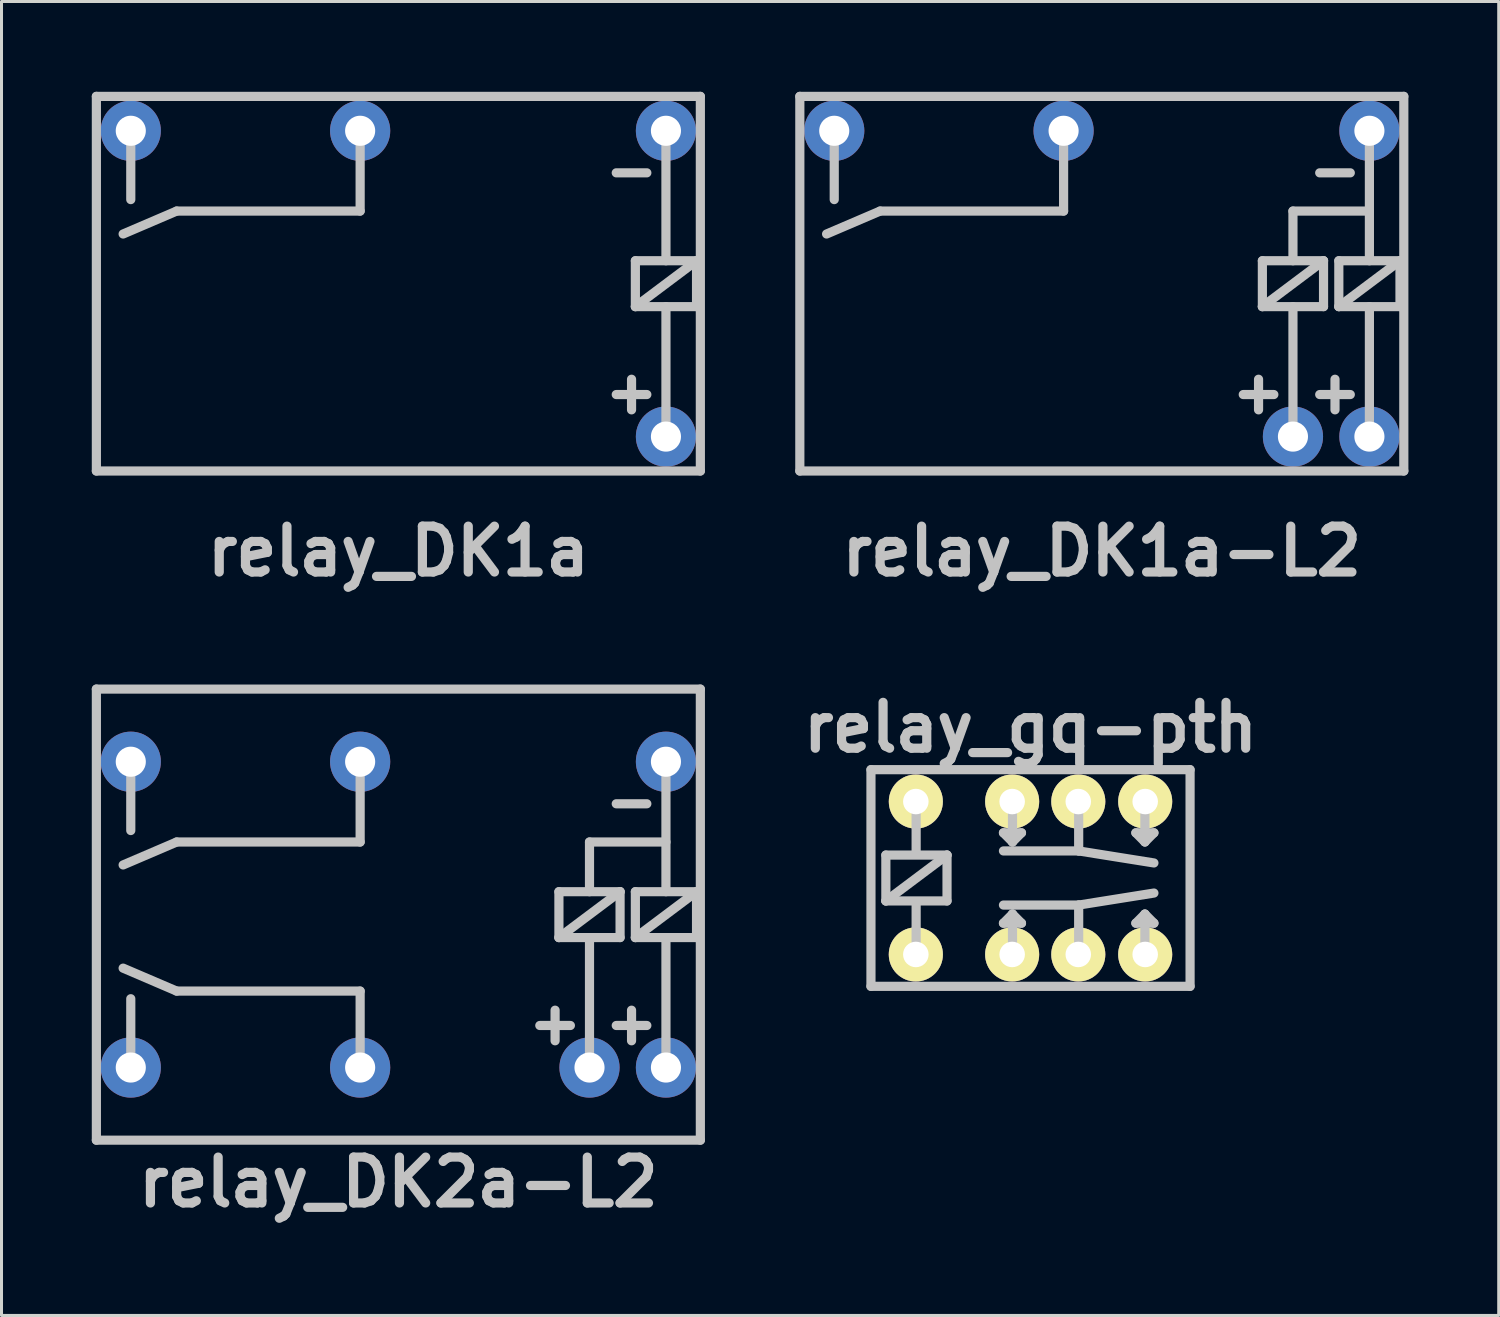
<source format=kicad_pcb>
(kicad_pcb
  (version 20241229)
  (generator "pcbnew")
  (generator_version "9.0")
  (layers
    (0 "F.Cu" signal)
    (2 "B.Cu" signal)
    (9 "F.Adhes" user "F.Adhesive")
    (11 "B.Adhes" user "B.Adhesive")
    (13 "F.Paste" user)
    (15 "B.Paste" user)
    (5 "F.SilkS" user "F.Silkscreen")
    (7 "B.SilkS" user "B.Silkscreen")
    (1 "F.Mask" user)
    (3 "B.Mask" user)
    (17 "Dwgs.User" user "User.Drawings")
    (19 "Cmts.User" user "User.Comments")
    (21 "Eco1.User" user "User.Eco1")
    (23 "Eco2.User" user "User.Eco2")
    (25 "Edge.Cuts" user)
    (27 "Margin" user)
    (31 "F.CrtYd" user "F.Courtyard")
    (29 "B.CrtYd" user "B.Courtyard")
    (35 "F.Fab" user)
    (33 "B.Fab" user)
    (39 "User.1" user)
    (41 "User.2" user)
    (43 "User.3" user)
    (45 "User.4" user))
  (footprint "relay_DK1a-L2"
    (layer "F.Cu")
    (at 33.556 6.375)
    (property "Reference" "relay_DK1a-L2" (at 0 8.89 0) (layer "Dwgs.User") (effects (font (size 1.524 1.524) (thickness 0.305))))
    (attr through_hole)
    (fp_line (start -10.033 6.223) (end -10.033 -6.223) (stroke (width 0.305) (type solid)) (layer "Dwgs.User"))
    (fp_line (start -10.033 6.223) (end 10.033 6.223) (stroke (width 0.305) (type solid)) (layer "Dwgs.User"))
    (fp_line (start -8.89 -5.08) (end -8.89 -2.794) (stroke (width 0.305) (type solid)) (layer "Dwgs.User"))
    (fp_line (start -7.366 -2.413) (end -9.144 -1.651) (stroke (width 0.305) (type solid)) (layer "Dwgs.User"))
    (fp_line (start -1.27 -4.953) (end -1.27 -2.413) (stroke (width 0.305) (type solid)) (layer "Dwgs.User"))
    (fp_line (start -1.27 -2.413) (end -7.366 -2.413) (stroke (width 0.305) (type solid)) (layer "Dwgs.User"))
    (fp_line (start 4.699 3.683) (end 5.715 3.683) (stroke (width 0.305) (type solid)) (layer "Dwgs.User"))
    (fp_line (start 5.207 3.175) (end 5.207 4.191) (stroke (width 0.305) (type solid)) (layer "Dwgs.User"))
    (fp_line (start 5.334 -0.762) (end 7.366 -0.762) (stroke (width 0.305) (type solid)) (layer "Dwgs.User"))
    (fp_line (start 5.334 0.762) (end 5.334 -0.762) (stroke (width 0.305) (type solid)) (layer "Dwgs.User"))
    (fp_line (start 6.35 -2.413) (end 8.89 -2.413) (stroke (width 0.305) (type solid)) (layer "Dwgs.User"))
    (fp_line (start 6.35 -0.762) (end 6.35 -2.413) (stroke (width 0.305) (type solid)) (layer "Dwgs.User"))
    (fp_line (start 6.35 5.08) (end 6.35 0.762) (stroke (width 0.305) (type solid)) (layer "Dwgs.User"))
    (fp_line (start 7.239 -3.683) (end 8.255 -3.683) (stroke (width 0.305) (type solid)) (layer "Dwgs.User"))
    (fp_line (start 7.239 3.683) (end 8.255 3.683) (stroke (width 0.305) (type solid)) (layer "Dwgs.User"))
    (fp_line (start 7.366 -0.762) (end 5.334 0.762) (stroke (width 0.305) (type solid)) (layer "Dwgs.User"))
    (fp_line (start 7.366 -0.762) (end 7.366 0.762) (stroke (width 0.305) (type solid)) (layer "Dwgs.User"))
    (fp_line (start 7.366 0.762) (end 5.334 0.762) (stroke (width 0.305) (type solid)) (layer "Dwgs.User"))
    (fp_line (start 7.747 3.175) (end 7.747 4.191) (stroke (width 0.305) (type solid)) (layer "Dwgs.User"))
    (fp_line (start 7.874 -0.762) (end 9.906 -0.762) (stroke (width 0.305) (type solid)) (layer "Dwgs.User"))
    (fp_line (start 7.874 0.762) (end 7.874 -0.762) (stroke (width 0.305) (type solid)) (layer "Dwgs.User"))
    (fp_line (start 8.89 -0.762) (end 8.89 -5.08) (stroke (width 0.305) (type solid)) (layer "Dwgs.User"))
    (fp_line (start 8.89 5.08) (end 8.89 0.762) (stroke (width 0.305) (type solid)) (layer "Dwgs.User"))
    (fp_line (start 9.906 -0.762) (end 7.874 0.762) (stroke (width 0.305) (type solid)) (layer "Dwgs.User"))
    (fp_line (start 9.906 -0.762) (end 9.906 0.762) (stroke (width 0.305) (type solid)) (layer "Dwgs.User"))
    (fp_line (start 9.906 0.762) (end 7.874 0.762) (stroke (width 0.305) (type solid)) (layer "Dwgs.User"))
    (fp_line (start 10.033 -6.223) (end -10.033 -6.223) (stroke (width 0.305) (type solid)) (layer "Dwgs.User"))
    (fp_line (start 10.033 -6.223) (end 10.033 6.223) (stroke (width 0.305) (type solid)) (layer "Dwgs.User"))
    (pad "1" thru_hole circle (at 8.89 -5.08 180) (size 2 2) (drill 1) (layers "*.Cu" "*.Mask"))
    (pad "3" thru_hole circle (at -1.27 -5.08 180) (size 2 2) (drill 1) (layers "*.Cu" "*.Mask"))
    (pad "4" thru_hole circle (at -8.89 -5.08 180) (size 2 2) (drill 1) (layers "*.Cu" "*.Mask"))
    (pad "5" thru_hole circle (at 6.35 5.08 180) (size 2 2) (drill 1) (layers "*.Cu" "*.Mask"))
    (pad "6" thru_hole circle (at 8.89 5.08 180) (size 2 2) (drill 1) (layers "*.Cu" "*.Mask")))
  (footprint "relay_gq-pth"
    (layer "F.Cu")
    (at 31.187 26.12)
    (property "Reference" "relay_gq-pth" (at 0 -5.001 0) (layer "Dwgs.User") (effects (font (size 1.524 1.524) (thickness 0.305))))
    (attr through_hole)
    (fp_line (start -5.301 -3.599) (end 5.301 -3.599) (stroke (width 0.305) (type solid)) (layer "Dwgs.User"))
    (fp_line (start -5.301 3.599) (end -5.301 -3.599) (stroke (width 0.305) (type solid)) (layer "Dwgs.User"))
    (fp_line (start -4.806 -0.762) (end -2.774 -0.762) (stroke (width 0.305) (type solid)) (layer "Dwgs.User"))
    (fp_line (start -4.806 0.762) (end -4.806 -0.762) (stroke (width 0.305) (type solid)) (layer "Dwgs.User"))
    (fp_line (start -4.806 0.762) (end -2.774 -0.762) (stroke (width 0.305) (type solid)) (layer "Dwgs.User"))
    (fp_line (start -3.8 -2.601) (end -3.8 -0.8) (stroke (width 0.305) (type solid)) (layer "Dwgs.User"))
    (fp_line (start -3.8 2.499) (end -3.8 0.8) (stroke (width 0.305) (type solid)) (layer "Dwgs.User"))
    (fp_line (start -2.774 -0.762) (end -2.774 0.762) (stroke (width 0.305) (type solid)) (layer "Dwgs.User"))
    (fp_line (start -2.774 0.762) (end -4.806 0.762) (stroke (width 0.305) (type solid)) (layer "Dwgs.User"))
    (fp_line (start -0.899 0.899) (end 1.6 0.899) (stroke (width 0.305) (type solid)) (layer "Dwgs.User"))
    (fp_line (start -0.899 1.501) (end -0.3 1.501) (stroke (width 0.305) (type solid)) (layer "Dwgs.User"))
    (fp_line (start -0.599 -2.499) (end -0.599 -1.199) (stroke (width 0.305) (type solid)) (layer "Dwgs.User"))
    (fp_line (start -0.599 -1.199) (end -0.899 -1.501) (stroke (width 0.305) (type solid)) (layer "Dwgs.User"))
    (fp_line (start -0.599 -1.199) (end -0.3 -1.501) (stroke (width 0.305) (type solid)) (layer "Dwgs.User"))
    (fp_line (start -0.599 1.199) (end -0.899 1.501) (stroke (width 0.305) (type solid)) (layer "Dwgs.User"))
    (fp_line (start -0.599 2.499) (end -0.599 1.199) (stroke (width 0.305) (type solid)) (layer "Dwgs.User"))
    (fp_line (start -0.3 -1.501) (end -0.899 -1.501) (stroke (width 0.305) (type solid)) (layer "Dwgs.User"))
    (fp_line (start -0.3 1.501) (end -0.599 1.199) (stroke (width 0.305) (type solid)) (layer "Dwgs.User"))
    (fp_line (start 1.6 -2.499) (end 1.6 -0.899) (stroke (width 0.305) (type solid)) (layer "Dwgs.User"))
    (fp_line (start 1.6 -0.899) (end -0.899 -0.899) (stroke (width 0.305) (type solid)) (layer "Dwgs.User"))
    (fp_line (start 1.6 -0.899) (end 4.1 -0.5) (stroke (width 0.305) (type solid)) (layer "Dwgs.User"))
    (fp_line (start 1.6 0.899) (end 1.6 2.499) (stroke (width 0.305) (type solid)) (layer "Dwgs.User"))
    (fp_line (start 1.6 0.899) (end 4.1 0.5) (stroke (width 0.305) (type solid)) (layer "Dwgs.User"))
    (fp_line (start 3.5 1.501) (end 4.1 1.501) (stroke (width 0.305) (type solid)) (layer "Dwgs.User"))
    (fp_line (start 3.8 -2.499) (end 3.8 -1.199) (stroke (width 0.305) (type solid)) (layer "Dwgs.User"))
    (fp_line (start 3.8 -1.199) (end 3.5 -1.501) (stroke (width 0.305) (type solid)) (layer "Dwgs.User"))
    (fp_line (start 3.8 -1.199) (end 4.1 -1.501) (stroke (width 0.305) (type solid)) (layer "Dwgs.User"))
    (fp_line (start 3.8 1.199) (end 3.5 1.501) (stroke (width 0.305) (type solid)) (layer "Dwgs.User"))
    (fp_line (start 3.8 2.499) (end 3.8 1.199) (stroke (width 0.305) (type solid)) (layer "Dwgs.User"))
    (fp_line (start 4.1 -1.501) (end 3.5 -1.501) (stroke (width 0.305) (type solid)) (layer "Dwgs.User"))
    (fp_line (start 4.1 1.501) (end 3.8 1.199) (stroke (width 0.305) (type solid)) (layer "Dwgs.User"))
    (fp_line (start 5.301 -3.599) (end 5.301 3.599) (stroke (width 0.305) (type solid)) (layer "Dwgs.User"))
    (fp_line (start 5.301 3.599) (end -5.301 3.599) (stroke (width 0.305) (type solid)) (layer "Dwgs.User"))
    (pad "1" thru_hole circle (at -3.81 2.54) (size 1.798 1.798) (drill 0.848) (layers "*.Cu" "*.Mask" "F.SilkS"))
    (pad "2" thru_hole circle (at -0.61 2.54) (size 1.796 1.796) (drill 0.848) (layers "*.Cu" "*.Mask" "F.SilkS"))
    (pad "3" thru_hole circle (at 1.587 2.54) (size 1.796 1.796) (drill 0.848) (layers "*.Cu" "*.Mask" "F.SilkS"))
    (pad "4" thru_hole circle (at 3.81 2.54) (size 1.796 1.796) (drill 0.848) (layers "*.Cu" "*.Mask" "F.SilkS"))
    (pad "5" thru_hole circle (at 3.81 -2.54) (size 1.796 1.796) (drill 0.848) (layers "*.Cu" "*.Mask" "F.SilkS"))
    (pad "6" thru_hole circle (at 1.587 -2.54) (size 1.796 1.796) (drill 0.848) (layers "*.Cu" "*.Mask" "F.SilkS"))
    (pad "7" thru_hole circle (at -0.61 -2.54) (size 1.796 1.796) (drill 0.848) (layers "*.Cu" "*.Mask" "F.SilkS"))
    (pad "8" thru_hole circle (at -3.81 -2.54) (size 1.796 1.796) (drill 0.848) (layers "*.Cu" "*.Mask" "F.SilkS")))
  (footprint "relay_DK2a-L2"
    (layer "F.Cu")
    (at 10.185 27.337)
    (property "Reference" "relay_DK2a-L2" (at 0 8.89 0) (layer "Dwgs.User") (effects (font (size 1.524 1.524) (thickness 0.305))))
    (attr through_hole)
    (fp_line (start -10.033 -7.493) (end -10.033 7.493) (stroke (width 0.305) (type solid)) (layer "Dwgs.User"))
    (fp_line (start -10.033 7.493) (end 10.033 7.493) (stroke (width 0.305) (type solid)) (layer "Dwgs.User"))
    (fp_line (start -8.89 -5.08) (end -8.89 -2.794) (stroke (width 0.305) (type solid)) (layer "Dwgs.User"))
    (fp_line (start -8.89 2.794) (end -8.89 5.08) (stroke (width 0.305) (type solid)) (layer "Dwgs.User"))
    (fp_line (start -7.366 -2.413) (end -9.144 -1.651) (stroke (width 0.305) (type solid)) (layer "Dwgs.User"))
    (fp_line (start -7.366 2.54) (end -9.144 1.778) (stroke (width 0.305) (type solid)) (layer "Dwgs.User"))
    (fp_line (start -1.27 -4.953) (end -1.27 -2.413) (stroke (width 0.305) (type solid)) (layer "Dwgs.User"))
    (fp_line (start -1.27 -2.413) (end -7.366 -2.413) (stroke (width 0.305) (type solid)) (layer "Dwgs.User"))
    (fp_line (start -1.27 2.54) (end -7.366 2.54) (stroke (width 0.305) (type solid)) (layer "Dwgs.User"))
    (fp_line (start -1.27 2.54) (end -1.27 5.08) (stroke (width 0.305) (type solid)) (layer "Dwgs.User"))
    (fp_line (start 4.699 3.683) (end 5.715 3.683) (stroke (width 0.305) (type solid)) (layer "Dwgs.User"))
    (fp_line (start 5.207 3.175) (end 5.207 4.191) (stroke (width 0.305) (type solid)) (layer "Dwgs.User"))
    (fp_line (start 5.334 -0.762) (end 7.366 -0.762) (stroke (width 0.305) (type solid)) (layer "Dwgs.User"))
    (fp_line (start 5.334 0.762) (end 5.334 -0.762) (stroke (width 0.305) (type solid)) (layer "Dwgs.User"))
    (fp_line (start 6.35 -2.413) (end 8.89 -2.413) (stroke (width 0.305) (type solid)) (layer "Dwgs.User"))
    (fp_line (start 6.35 -0.762) (end 6.35 -2.413) (stroke (width 0.305) (type solid)) (layer "Dwgs.User"))
    (fp_line (start 6.35 5.08) (end 6.35 0.762) (stroke (width 0.305) (type solid)) (layer "Dwgs.User"))
    (fp_line (start 7.239 -3.683) (end 8.255 -3.683) (stroke (width 0.305) (type solid)) (layer "Dwgs.User"))
    (fp_line (start 7.239 3.683) (end 8.255 3.683) (stroke (width 0.305) (type solid)) (layer "Dwgs.User"))
    (fp_line (start 7.366 -0.762) (end 5.334 0.762) (stroke (width 0.305) (type solid)) (layer "Dwgs.User"))
    (fp_line (start 7.366 -0.762) (end 7.366 0.762) (stroke (width 0.305) (type solid)) (layer "Dwgs.User"))
    (fp_line (start 7.366 0.762) (end 5.334 0.762) (stroke (width 0.305) (type solid)) (layer "Dwgs.User"))
    (fp_line (start 7.747 3.175) (end 7.747 4.191) (stroke (width 0.305) (type solid)) (layer "Dwgs.User"))
    (fp_line (start 7.874 -0.762) (end 9.906 -0.762) (stroke (width 0.305) (type solid)) (layer "Dwgs.User"))
    (fp_line (start 7.874 0.762) (end 7.874 -0.762) (stroke (width 0.305) (type solid)) (layer "Dwgs.User"))
    (fp_line (start 8.89 -0.762) (end 8.89 -5.08) (stroke (width 0.305) (type solid)) (layer "Dwgs.User"))
    (fp_line (start 8.89 5.08) (end 8.89 0.762) (stroke (width 0.305) (type solid)) (layer "Dwgs.User"))
    (fp_line (start 9.906 -0.762) (end 7.874 0.762) (stroke (width 0.305) (type solid)) (layer "Dwgs.User"))
    (fp_line (start 9.906 -0.762) (end 9.906 0.762) (stroke (width 0.305) (type solid)) (layer "Dwgs.User"))
    (fp_line (start 9.906 0.762) (end 7.874 0.762) (stroke (width 0.305) (type solid)) (layer "Dwgs.User"))
    (fp_line (start 10.033 -7.493) (end -10.033 -7.493) (stroke (width 0.305) (type solid)) (layer "Dwgs.User"))
    (fp_line (start 10.033 7.493) (end 10.033 -7.493) (stroke (width 0.305) (type solid)) (layer "Dwgs.User"))
    (pad "1" thru_hole circle (at 8.89 -5.08 180) (size 2 2) (drill 1) (layers "*.Cu" "*.Mask"))
    (pad "3" thru_hole circle (at -1.27 -5.08 180) (size 2 2) (drill 1) (layers "*.Cu" "*.Mask"))
    (pad "4" thru_hole circle (at -8.89 -5.08 180) (size 2 2) (drill 1) (layers "*.Cu" "*.Mask"))
    (pad "5" thru_hole circle (at -8.89 5.08 180) (size 2 2) (drill 1) (layers "*.Cu" "*.Mask"))
    (pad "6" thru_hole circle (at -1.27 5.08 180) (size 2 2) (drill 1) (layers "*.Cu" "*.Mask"))
    (pad "7" thru_hole circle (at 6.35 5.08 180) (size 2 2) (drill 1) (layers "*.Cu" "*.Mask"))
    (pad "8" thru_hole circle (at 8.89 5.08 180) (size 2 2) (drill 1) (layers "*.Cu" "*.Mask")))
  (footprint "relay_DK1a"
    (layer "F.Cu")
    (at 10.185 6.375)
    (property "Reference" "relay_DK1a" (at 0 8.89 0) (layer "Dwgs.User") (effects (font (size 1.524 1.524) (thickness 0.305))))
    (attr through_hole)
    (fp_line (start -10.033 6.223) (end -10.033 -6.223) (stroke (width 0.305) (type solid)) (layer "Dwgs.User"))
    (fp_line (start -10.033 6.223) (end 10.033 6.223) (stroke (width 0.305) (type solid)) (layer "Dwgs.User"))
    (fp_line (start -8.89 -5.08) (end -8.89 -2.794) (stroke (width 0.305) (type solid)) (layer "Dwgs.User"))
    (fp_line (start -7.366 -2.413) (end -9.144 -1.651) (stroke (width 0.305) (type solid)) (layer "Dwgs.User"))
    (fp_line (start -1.27 -4.953) (end -1.27 -2.413) (stroke (width 0.305) (type solid)) (layer "Dwgs.User"))
    (fp_line (start -1.27 -2.413) (end -7.366 -2.413) (stroke (width 0.305) (type solid)) (layer "Dwgs.User"))
    (fp_line (start 7.239 -3.683) (end 8.255 -3.683) (stroke (width 0.305) (type solid)) (layer "Dwgs.User"))
    (fp_line (start 7.239 3.683) (end 8.255 3.683) (stroke (width 0.305) (type solid)) (layer "Dwgs.User"))
    (fp_line (start 7.747 3.175) (end 7.747 4.191) (stroke (width 0.305) (type solid)) (layer "Dwgs.User"))
    (fp_line (start 7.874 -0.762) (end 9.906 -0.762) (stroke (width 0.305) (type solid)) (layer "Dwgs.User"))
    (fp_line (start 7.874 0.762) (end 7.874 -0.762) (stroke (width 0.305) (type solid)) (layer "Dwgs.User"))
    (fp_line (start 8.89 -0.762) (end 8.89 -5.08) (stroke (width 0.305) (type solid)) (layer "Dwgs.User"))
    (fp_line (start 8.89 5.08) (end 8.89 0.762) (stroke (width 0.305) (type solid)) (layer "Dwgs.User"))
    (fp_line (start 9.906 -0.762) (end 7.874 0.762) (stroke (width 0.305) (type solid)) (layer "Dwgs.User"))
    (fp_line (start 9.906 -0.762) (end 9.906 0.762) (stroke (width 0.305) (type solid)) (layer "Dwgs.User"))
    (fp_line (start 9.906 0.762) (end 7.874 0.762) (stroke (width 0.305) (type solid)) (layer "Dwgs.User"))
    (fp_line (start 10.033 -6.223) (end -10.033 -6.223) (stroke (width 0.305) (type solid)) (layer "Dwgs.User"))
    (fp_line (start 10.033 -6.223) (end 10.033 6.223) (stroke (width 0.305) (type solid)) (layer "Dwgs.User"))
    (pad "1" thru_hole circle (at 8.89 -5.08 180) (size 2 2) (drill 1) (layers "*.Cu" "*.Mask"))
    (pad "3" thru_hole circle (at -1.27 -5.08 180) (size 2 2) (drill 1) (layers "*.Cu" "*.Mask"))
    (pad "4" thru_hole circle (at -8.89 -5.08 180) (size 2 2) (drill 1) (layers "*.Cu" "*.Mask"))
    (pad "6" thru_hole circle (at 8.89 5.08 180) (size 2 2) (drill 1) (layers "*.Cu" "*.Mask")))
  (gr_rect
    (start -3 -3)
    (end 46.742 40.654)
    (stroke (width 0.1) (type default))
    (fill no)
    (layer "Edge.Cuts")))
</source>
